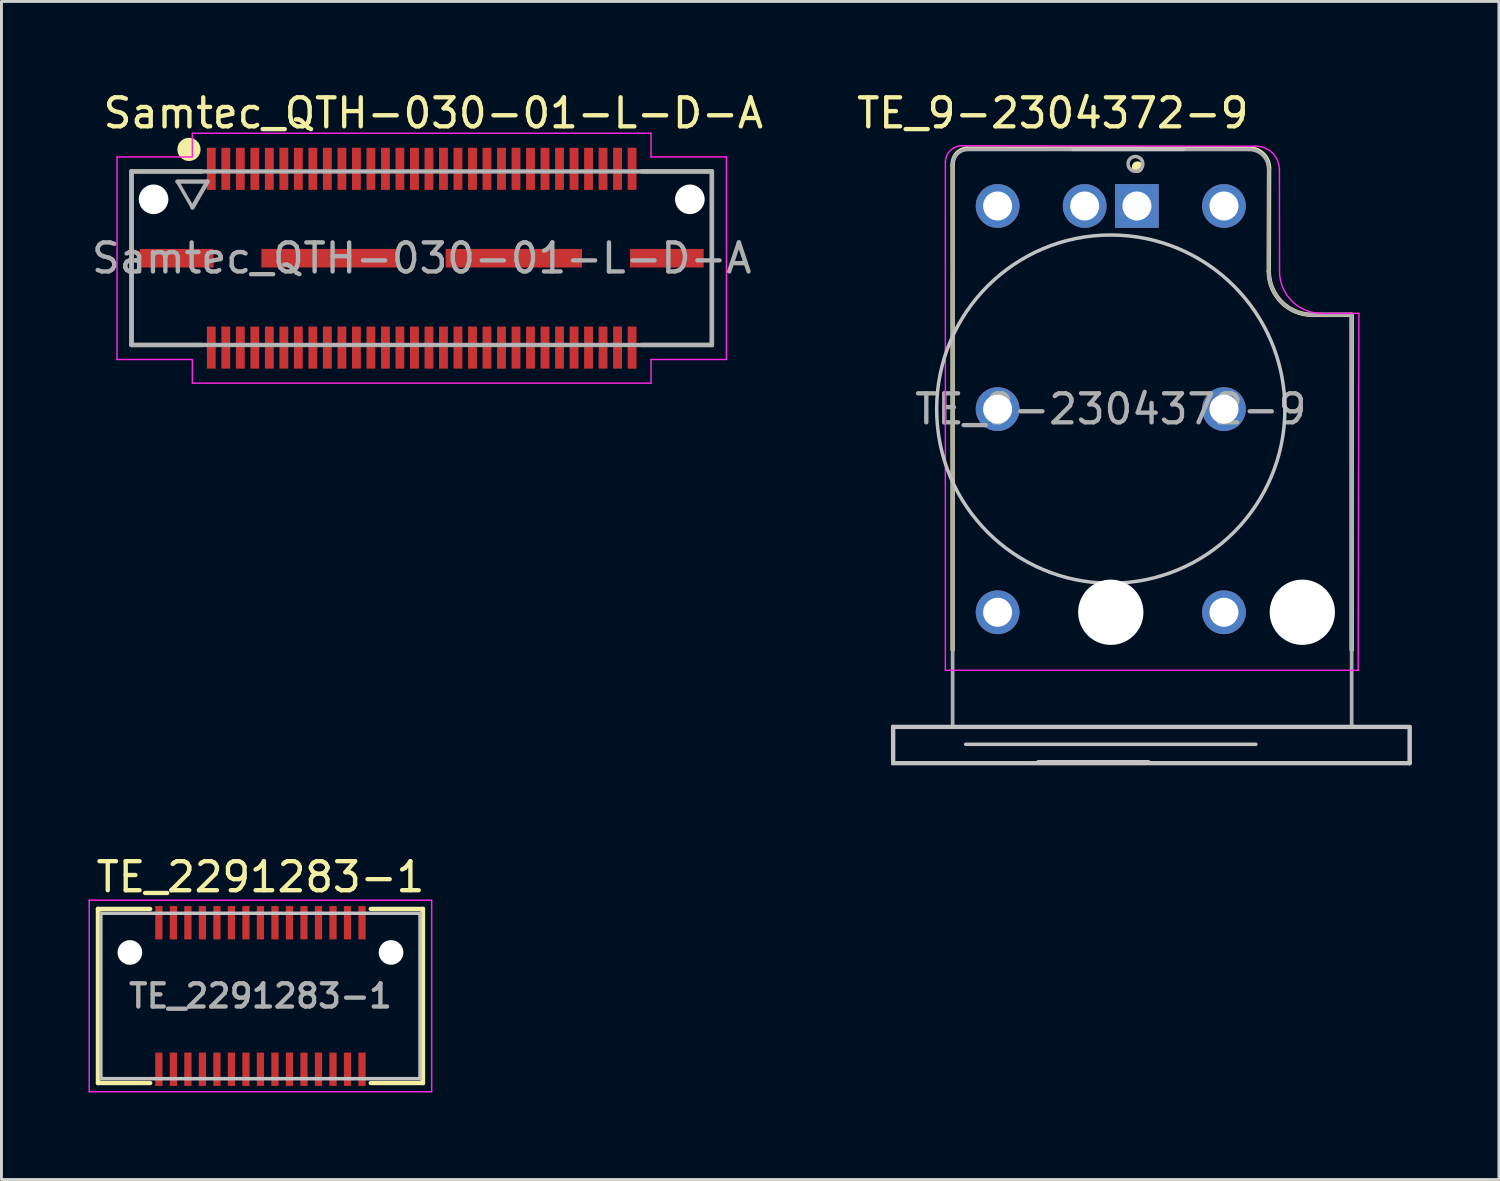
<source format=kicad_pcb>
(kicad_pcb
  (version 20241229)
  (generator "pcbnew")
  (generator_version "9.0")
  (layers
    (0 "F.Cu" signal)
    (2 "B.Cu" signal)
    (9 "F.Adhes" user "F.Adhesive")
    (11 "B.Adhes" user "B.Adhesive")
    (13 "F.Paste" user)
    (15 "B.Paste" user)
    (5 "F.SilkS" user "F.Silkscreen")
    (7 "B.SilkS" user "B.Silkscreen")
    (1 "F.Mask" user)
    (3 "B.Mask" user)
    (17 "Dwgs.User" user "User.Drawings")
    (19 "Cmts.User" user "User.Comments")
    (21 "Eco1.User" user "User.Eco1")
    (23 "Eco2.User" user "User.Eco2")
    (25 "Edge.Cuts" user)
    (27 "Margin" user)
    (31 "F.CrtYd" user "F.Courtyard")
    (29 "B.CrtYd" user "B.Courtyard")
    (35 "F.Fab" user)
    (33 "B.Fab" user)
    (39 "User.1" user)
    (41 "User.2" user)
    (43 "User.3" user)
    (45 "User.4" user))
  (footprint "TE_2291283-1"
    (layer "F.Cu")
    (at 5.925 31.271)
    (property "Reference" "TE_2291283-1" (at 0 -4.1 0) (layer "F.SilkS") (effects (font (size 1 1) (thickness 0.15))))
    (attr smd)
    (fp_line (start -5.6 -3) (end -5.6 3) (stroke (width 0.15) (type solid)) (layer "F.SilkS"))
    (fp_line (start -5.6 3) (end -3.8 3) (stroke (width 0.15) (type solid)) (layer "F.SilkS"))
    (fp_line (start -3.8 -3) (end -5.6 -3) (stroke (width 0.15) (type solid)) (layer "F.SilkS"))
    (fp_line (start 3.8 -3) (end 5.6 -3) (stroke (width 0.15) (type solid)) (layer "F.SilkS"))
    (fp_line (start 5.6 -3) (end 5.6 3) (stroke (width 0.15) (type solid)) (layer "F.SilkS"))
    (fp_line (start 5.6 3) (end 3.8 3) (stroke (width 0.15) (type solid)) (layer "F.SilkS"))
    (fp_line (start -5.5 2.85) (end -5.5 -2.85) (stroke (width 0.12) (type solid)) (layer "Dwgs.User"))
    (fp_line (start 5.5 -2.85) (end -5.5 -2.85) (stroke (width 0.12) (type solid)) (layer "Dwgs.User"))
    (fp_line (start 5.5 2.85) (end -5.5 2.85) (stroke (width 0.12) (type solid)) (layer "Dwgs.User"))
    (fp_line (start 5.5 2.85) (end 5.5 -2.85) (stroke (width 0.12) (type solid)) (layer "Dwgs.User"))
    (fp_line (start -5.9 -3.3) (end -5.9 3.3) (stroke (width 0.05) (type solid)) (layer "F.CrtYd"))
    (fp_line (start -5.9 3.3) (end 5.9 3.3) (stroke (width 0.05) (type solid)) (layer "F.CrtYd"))
    (fp_line (start 5.9 -3.3) (end -5.9 -3.3) (stroke (width 0.05) (type solid)) (layer "F.CrtYd"))
    (fp_line (start 5.9 3.3) (end 5.9 -3.3) (stroke (width 0.05) (type solid)) (layer "F.CrtYd"))
    (fp_text user "${REFERENCE}" (at 0 0 0) (layer "F.Fab") (effects (font (size 0.8 0.8) (thickness 0.15))))
    (pad "" np_thru_hole circle (at -4.5 -1.5) (size 0.85 0.85) (drill 0.85) (layers "*.Cu" "*.Mask"))
    (pad "" np_thru_hole circle (at 4.5 -1.5) (size 0.85 0.85) (drill 0.85) (layers "*.Cu" "*.Mask"))
    (pad "1" smd rect (at -3.5 2.525) (size 0.25 1.15) (layers "F.Cu" "F.Mask" "F.Paste"))
    (pad "2" smd rect (at -3.5 -2.525) (size 0.25 1.15) (layers "F.Cu" "F.Mask" "F.Paste"))
    (pad "3" smd rect (at -3 2.525) (size 0.25 1.15) (layers "F.Cu" "F.Mask" "F.Paste"))
    (pad "4" smd rect (at -3 -2.525) (size 0.25 1.15) (layers "F.Cu" "F.Mask" "F.Paste"))
    (pad "5" smd rect (at -2.5 2.525) (size 0.25 1.15) (layers "F.Cu" "F.Mask" "F.Paste"))
    (pad "6" smd rect (at -2.5 -2.525) (size 0.25 1.15) (layers "F.Cu" "F.Mask" "F.Paste"))
    (pad "7" smd rect (at -2 2.525) (size 0.25 1.15) (layers "F.Cu" "F.Mask" "F.Paste"))
    (pad "8" smd rect (at -2 -2.525) (size 0.25 1.15) (layers "F.Cu" "F.Mask" "F.Paste"))
    (pad "9" smd rect (at -1.5 2.525) (size 0.25 1.15) (layers "F.Cu" "F.Mask" "F.Paste"))
    (pad "10" smd rect (at -1.5 -2.525) (size 0.25 1.15) (layers "F.Cu" "F.Mask" "F.Paste"))
    (pad "11" smd rect (at -1 2.525) (size 0.25 1.15) (layers "F.Cu" "F.Mask" "F.Paste"))
    (pad "12" smd rect (at -1 -2.525) (size 0.25 1.15) (layers "F.Cu" "F.Mask" "F.Paste"))
    (pad "13" smd rect (at -0.5 2.525) (size 0.25 1.15) (layers "F.Cu" "F.Mask" "F.Paste"))
    (pad "14" smd rect (at -0.5 -2.525) (size 0.25 1.15) (layers "F.Cu" "F.Mask" "F.Paste"))
    (pad "15" smd rect (at 0 2.525) (size 0.25 1.15) (layers "F.Cu" "F.Mask" "F.Paste"))
    (pad "16" smd rect (at 0 -2.525) (size 0.25 1.15) (layers "F.Cu" "F.Mask" "F.Paste"))
    (pad "17" smd rect (at 0.5 2.525) (size 0.25 1.15) (layers "F.Cu" "F.Mask" "F.Paste"))
    (pad "18" smd rect (at 0.5 -2.525) (size 0.25 1.15) (layers "F.Cu" "F.Mask" "F.Paste"))
    (pad "19" smd rect (at 1 2.525) (size 0.25 1.15) (layers "F.Cu" "F.Mask" "F.Paste"))
    (pad "20" smd rect (at 1 -2.525) (size 0.25 1.15) (layers "F.Cu" "F.Mask" "F.Paste"))
    (pad "21" smd rect (at 1.5 2.525) (size 0.25 1.15) (layers "F.Cu" "F.Mask" "F.Paste"))
    (pad "22" smd rect (at 1.5 -2.525) (size 0.25 1.15) (layers "F.Cu" "F.Mask" "F.Paste"))
    (pad "23" smd rect (at 2 2.525) (size 0.25 1.15) (layers "F.Cu" "F.Mask" "F.Paste"))
    (pad "24" smd rect (at 2 -2.525) (size 0.25 1.15) (layers "F.Cu" "F.Mask" "F.Paste"))
    (pad "25" smd rect (at 2.5 2.525) (size 0.25 1.15) (layers "F.Cu" "F.Mask" "F.Paste"))
    (pad "26" smd rect (at 2.5 -2.525) (size 0.25 1.15) (layers "F.Cu" "F.Mask" "F.Paste"))
    (pad "27" smd rect (at 3 2.525) (size 0.25 1.15) (layers "F.Cu" "F.Mask" "F.Paste"))
    (pad "28" smd rect (at 3 -2.525) (size 0.25 1.15) (layers "F.Cu" "F.Mask" "F.Paste"))
    (pad "29" smd rect (at 3.5 2.525) (size 0.25 1.15) (layers "F.Cu" "F.Mask" "F.Paste"))
    (pad "30" smd rect (at 3.5 -2.525) (size 0.25 1.15) (layers "F.Cu" "F.Mask" "F.Paste")))
  (footprint "TE_9-2304372-9"
    (layer "F.Cu")
    (at 35.227 11.048)
    (property "Reference" "TE_9-2304372-9" (at -2 -10.2 0) (layer "F.SilkS") (effects (font (size 1 1) (thickness 0.15))))
    (attr smd)
    (fp_line (start -5.45 8.3) (end -5.45 -8.4) (stroke (width 0.15) (type solid)) (layer "F.SilkS"))
    (fp_line (start -4.965 -8.975) (end 4.765 -8.98) (stroke (width 0.15) (type solid)) (layer "F.SilkS"))
    (fp_line (start 5.455 -8.31) (end 5.445 -4.75) (stroke (width 0.15) (type solid)) (layer "F.SilkS"))
    (fp_line (start 6.945 -3.25) (end 8.3 -3.25) (stroke (width 0.15) (type solid)) (layer "F.SilkS"))
    (fp_line (start 8.3 -3.25) (end 8.3 8.3) (stroke (width 0.15) (type solid)) (layer "F.SilkS"))
    (fp_arc (start -5.444551 -8.400043) (mid -5.324649 -8.787504) (end -4.965 -8.975) (stroke (width 0.15) (type solid)) (layer "F.SilkS"))
    (fp_arc (start 4.765 -8.98) (mid 5.248762 -8.787904) (end 5.455 -8.31) (stroke (width 0.15) (type solid)) (layer "F.SilkS"))
    (fp_arc (start 6.945 -3.25) (mid 5.88434 -3.68934) (end 5.445 -4.75) (stroke (width 0.15) (type solid)) (layer "F.SilkS"))
    (fp_circle (center 0.921 -8.34) (end 1.021 -8.34) (stroke (width 0.2) (type solid)) (fill no) (layer "F.SilkS"))
    (fp_line (start -7.5 12.2) (end -7.5 10.95) (stroke (width 0.15) (type solid)) (layer "Dwgs.User"))
    (fp_line (start -7.5 12.2) (end 10.3 12.2) (stroke (width 0.15) (type solid)) (layer "Dwgs.User"))
    (fp_line (start -5 11.55) (end 5 11.55) (stroke (width 0.12) (type solid)) (layer "Dwgs.User"))
    (fp_line (start -2.5 12.15) (end 1.3 12.15) (stroke (width 0.12) (type solid)) (layer "Dwgs.User"))
    (fp_line (start -1.3 -8.95) (end 2.5 -8.95) (stroke (width 0.12) (type solid)) (layer "Dwgs.User"))
    (fp_line (start 10.3 10.95) (end -7.5 10.95) (stroke (width 0.15) (type solid)) (layer "Dwgs.User"))
    (fp_line (start 10.3 11) (end 10.3 12.2) (stroke (width 0.15) (type solid)) (layer "Dwgs.User"))
    (fp_circle (center 0 0) (end 6 0) (stroke (width 0.12) (type solid)) (fill no) (layer "Dwgs.User"))
    (fp_line (start -5.7 9) (end -5.7 -8.505) (stroke (width 0.05) (type solid)) (layer "F.CrtYd"))
    (fp_line (start -5.125 -9.075) (end 4.985 -9.06) (stroke (width 0.05) (type solid)) (layer "F.CrtYd"))
    (fp_line (start 5.81 -8.265) (end 5.815 -4.8) (stroke (width 0.05) (type solid)) (layer "F.CrtYd"))
    (fp_line (start 7.215 -3.3) (end 8.55 -3.3) (stroke (width 0.05) (type solid)) (layer "F.CrtYd"))
    (fp_line (start 8.525 9) (end -5.7 9) (stroke (width 0.05) (type solid)) (layer "F.CrtYd"))
    (fp_line (start 8.55 -3.3) (end 8.525 9) (stroke (width 0.05) (type solid)) (layer "F.CrtYd"))
    (fp_arc (start -5.7 -8.505) (mid -5.530551 -8.909086) (end -5.125 -9.075) (stroke (width 0.05) (type solid)) (layer "F.CrtYd"))
    (fp_arc (start 4.985 -9.06) (mid 5.56215 -8.833363) (end 5.81 -8.265) (stroke (width 0.05) (type solid)) (layer "F.CrtYd"))
    (fp_arc (start 7.215 -3.3) (mid 6.20434 -3.760051) (end 5.815 -4.8) (stroke (width 0.05) (type solid)) (layer "F.CrtYd"))
    (fp_line (start -7.5 10.95) (end -5.45 10.95) (stroke (width 0.127) (type solid)) (layer "F.Fab"))
    (fp_line (start -7.5 12.2) (end -7.5 10.95) (stroke (width 0.127) (type solid)) (layer "F.Fab"))
    (fp_line (start -5.45 10.95) (end -5.45 -4.46) (stroke (width 0.127) (type solid)) (layer "F.Fab"))
    (fp_line (start -5.445 -4.38) (end -5.45 -8.38) (stroke (width 0.127) (type solid)) (layer "F.Fab"))
    (fp_line (start -4.97 -8.95) (end 4.75 -8.95) (stroke (width 0.127) (type solid)) (layer "F.Fab"))
    (fp_line (start 5.445 -8.28) (end 5.445 -4.75) (stroke (width 0.127) (type solid)) (layer "F.Fab"))
    (fp_line (start 6.945 -3.25) (end 8.3 -3.25) (stroke (width 0.127) (type solid)) (layer "F.Fab"))
    (fp_line (start 8.3 -3.25) (end 8.3 10.95) (stroke (width 0.127) (type solid)) (layer "F.Fab"))
    (fp_line (start 8.3 10.95) (end 10.3 10.95) (stroke (width 0.127) (type solid)) (layer "F.Fab"))
    (fp_line (start 10.3 10.95) (end 10.3 12.2) (stroke (width 0.127) (type solid)) (layer "F.Fab"))
    (fp_line (start 10.3 12.2) (end -7.5 12.2) (stroke (width 0.127) (type solid)) (layer "F.Fab"))
    (fp_arc (start -5.45 -8.38) (mid -5.328051 -8.764411) (end -4.97 -8.95) (stroke (width 0.127) (type solid)) (layer "F.Fab"))
    (fp_arc (start 4.755 -8.95) (mid 5.238762 -8.757904) (end 5.445 -8.28) (stroke (width 0.127) (type solid)) (layer "F.Fab"))
    (fp_arc (start 6.945 -3.25) (mid 5.88434 -3.68934) (end 5.445 -4.75) (stroke (width 0.127) (type solid)) (layer "F.Fab"))
    (fp_circle (center 0.85 -8.45) (end 1.1 -8.4) (stroke (width 0.12) (type solid)) (fill no) (layer "F.Fab"))
    (fp_text user "${REFERENCE}" (at 0 0 0) (layer "F.Fab") (effects (font (size 1 1) (thickness 0.15))))
    (pad "" np_thru_hole circle (at 0 7) (size 2.25 2.25) (drill 2.25) (layers "*.Cu" "*.Mask"))
    (pad "" np_thru_hole circle (at 6.6 7) (size 2.25 2.25) (drill 2.25) (layers "*.Cu" "*.Mask"))
    (pad "1" thru_hole rect (at 0.9 -7) (size 1.508 1.508) (drill 1) (layers "*.Cu" "*.Mask" "F.Paste"))
    (pad "2" thru_hole circle (at -0.9 -7) (size 1.508 1.508) (drill 1) (layers "*.Cu" "*.Mask" "F.Paste"))
    (pad "S1" thru_hole circle (at -3.9 -7) (size 1.508 1.508) (drill 1) (layers "*.Cu" "*.Mask" "F.Paste"))
    (pad "S2" thru_hole circle (at 3.9 -7) (size 1.508 1.508) (drill 1) (layers "*.Cu" "*.Mask" "F.Paste"))
    (pad "S3" thru_hole circle (at -3.9 0) (size 1.508 1.508) (drill 1) (layers "*.Cu" "*.Mask" "F.Paste"))
    (pad "S4" thru_hole circle (at 3.9 0) (size 1.508 1.508) (drill 1) (layers "*.Cu" "*.Mask" "F.Paste"))
    (pad "S5" thru_hole circle (at -3.9 7) (size 1.508 1.508) (drill 1) (layers "*.Cu" "*.Mask" "F.Paste"))
    (pad "S6" thru_hole circle (at 3.9 7) (size 1.508 1.508) (drill 1) (layers "*.Cu" "*.Mask" "F.Paste")))
  (footprint "Samtec_QTH-030-01-L-D-A"
    (layer "F.Cu")
    (at 11.482 5.848)
    (property "Reference" "Samtec_QTH-030-01-L-D-A" (at 0 0 0) (layer "F.Fab") (effects (font (size 1 1) (thickness 0.15))))
    (attr through_hole)
    (fp_line (start -10 -2.99) (end -7.583 -2.99) (stroke (width 0.15) (type solid)) (layer "F.SilkS"))
    (fp_line (start -10 2.99) (end -10 -2.99) (stroke (width 0.15) (type solid)) (layer "F.SilkS"))
    (fp_line (start -7.583 2.99) (end -10 2.99) (stroke (width 0.15) (type solid)) (layer "F.SilkS"))
    (fp_line (start 7.582 -2.99) (end 10 -2.99) (stroke (width 0.15) (type solid)) (layer "F.SilkS"))
    (fp_line (start 10 -2.99) (end 10 2.99) (stroke (width 0.15) (type solid)) (layer "F.SilkS"))
    (fp_line (start 10 2.99) (end 7.582 2.99) (stroke (width 0.15) (type solid)) (layer "F.SilkS"))
    (fp_circle (center -8.02 -3.75) (end -8.02 -3.55) (stroke (width 0.4) (type solid)) (fill no) (layer "F.SilkS"))
    (fp_line (start -10 -2.985) (end 10 -2.985) (stroke (width 0.025) (type solid)) (layer "Dwgs.User"))
    (fp_line (start -10 2.985) (end -10 -2.985) (stroke (width 0.025) (type solid)) (layer "Dwgs.User"))
    (fp_line (start 10 -2.985) (end 10 2.985) (stroke (width 0.025) (type solid)) (layer "Dwgs.User"))
    (fp_line (start 10 2.985) (end -10 2.985) (stroke (width 0.025) (type solid)) (layer "Dwgs.User"))
    (fp_line (start -10.5 -3.49) (end -10.5 3.49) (stroke (width 0.05) (type solid)) (layer "F.CrtYd"))
    (fp_line (start -10.5 3.49) (end -7.904 3.49) (stroke (width 0.05) (type solid)) (layer "F.CrtYd"))
    (fp_line (start -7.904 -4.305) (end -7.904 -3.49) (stroke (width 0.05) (type solid)) (layer "F.CrtYd"))
    (fp_line (start -7.904 -3.49) (end -10.5 -3.49) (stroke (width 0.05) (type solid)) (layer "F.CrtYd"))
    (fp_line (start -7.904 3.49) (end -7.904 4.305) (stroke (width 0.05) (type solid)) (layer "F.CrtYd"))
    (fp_line (start -7.904 4.305) (end 7.902 4.305) (stroke (width 0.05) (type solid)) (layer "F.CrtYd"))
    (fp_line (start 7.902 -4.305) (end -7.904 -4.305) (stroke (width 0.05) (type solid)) (layer "F.CrtYd"))
    (fp_line (start 7.902 -3.49) (end 7.902 -4.305) (stroke (width 0.05) (type solid)) (layer "F.CrtYd"))
    (fp_line (start 7.902 3.49) (end 10.5 3.49) (stroke (width 0.05) (type solid)) (layer "F.CrtYd"))
    (fp_line (start 7.902 4.305) (end 7.902 3.49) (stroke (width 0.05) (type solid)) (layer "F.CrtYd"))
    (fp_line (start 10.5 -3.49) (end 7.902 -3.49) (stroke (width 0.05) (type solid)) (layer "F.CrtYd"))
    (fp_line (start 10.5 3.49) (end 10.5 -3.49) (stroke (width 0.05) (type solid)) (layer "F.CrtYd"))
    (fp_line (start -10 -2.99) (end 10 -2.99) (stroke (width 0.15) (type solid)) (layer "F.Fab"))
    (fp_line (start -10 2.99) (end -10 -2.99) (stroke (width 0.15) (type solid)) (layer "F.Fab"))
    (fp_line (start -8.418 -2.641) (end -7.9 -1.745) (stroke (width 0.12) (type solid)) (layer "F.Fab"))
    (fp_line (start -7.9 -1.745) (end -7.383 -2.641) (stroke (width 0.15) (type solid)) (layer "F.Fab"))
    (fp_line (start -7.383 -2.641) (end -8.418 -2.641) (stroke (width 0.15) (type solid)) (layer "F.Fab"))
    (fp_line (start 10 -2.99) (end 10 2.99) (stroke (width 0.15) (type solid)) (layer "F.Fab"))
    (fp_line (start 10 2.99) (end -10 2.99) (stroke (width 0.15) (type solid)) (layer "F.Fab"))
    (fp_text user "${REFERENCE}" (at 0.4 -5 0) (layer "F.SilkS") (effects (font (size 1 1) (thickness 0.15))))
    (pad "" np_thru_hole circle (at -9.24 -2.03) (size 1.02 1.02) (drill 1.02) (layers "*.Cu" "*.Mask"))
    (pad "" np_thru_hole circle (at 9.24 -2.03) (size 1.02 1.02) (drill 1.02) (layers "*.Cu" "*.Mask"))
    (pad "1" smd rect (at -7.251 -3.08) (size 0.305 1.45) (layers "F.Cu" "F.Mask" "F.Paste"))
    (pad "2" smd rect (at -7.251 3.08) (size 0.305 1.45) (layers "F.Cu" "F.Mask" "F.Paste"))
    (pad "3" smd rect (at -6.751 -3.08) (size 0.305 1.45) (layers "F.Cu" "F.Mask" "F.Paste"))
    (pad "4" smd rect (at -6.751 3.08) (size 0.305 1.45) (layers "F.Cu" "F.Mask" "F.Paste"))
    (pad "5" smd rect (at -6.251 -3.08) (size 0.305 1.45) (layers "F.Cu" "F.Mask" "F.Paste"))
    (pad "6" smd rect (at -6.251 3.08) (size 0.305 1.45) (layers "F.Cu" "F.Mask" "F.Paste"))
    (pad "7" smd rect (at -5.751 -3.08) (size 0.305 1.45) (layers "F.Cu" "F.Mask" "F.Paste"))
    (pad "8" smd rect (at -5.751 3.08) (size 0.305 1.45) (layers "F.Cu" "F.Mask" "F.Paste"))
    (pad "9" smd rect (at -5.251 -3.08) (size 0.305 1.45) (layers "F.Cu" "F.Mask" "F.Paste"))
    (pad "10" smd rect (at -5.251 3.08) (size 0.305 1.45) (layers "F.Cu" "F.Mask" "F.Paste"))
    (pad "11" smd rect (at -4.751 -3.08) (size 0.305 1.45) (layers "F.Cu" "F.Mask" "F.Paste"))
    (pad "12" smd rect (at -4.751 3.08) (size 0.305 1.45) (layers "F.Cu" "F.Mask" "F.Paste"))
    (pad "13" smd rect (at -4.251 -3.08) (size 0.305 1.45) (layers "F.Cu" "F.Mask" "F.Paste"))
    (pad "14" smd rect (at -4.251 3.08) (size 0.305 1.45) (layers "F.Cu" "F.Mask" "F.Paste"))
    (pad "15" smd rect (at -3.751 -3.08) (size 0.305 1.45) (layers "F.Cu" "F.Mask" "F.Paste"))
    (pad "16" smd rect (at -3.751 3.08) (size 0.305 1.45) (layers "F.Cu" "F.Mask" "F.Paste"))
    (pad "17" smd rect (at -3.251 -3.08) (size 0.305 1.45) (layers "F.Cu" "F.Mask" "F.Paste"))
    (pad "18" smd rect (at -3.251 3.08) (size 0.305 1.45) (layers "F.Cu" "F.Mask" "F.Paste"))
    (pad "19" smd rect (at -2.751 -3.08) (size 0.305 1.45) (layers "F.Cu" "F.Mask" "F.Paste"))
    (pad "20" smd rect (at -2.751 3.08) (size 0.305 1.45) (layers "F.Cu" "F.Mask" "F.Paste"))
    (pad "21" smd rect (at -2.251 -3.08) (size 0.305 1.45) (layers "F.Cu" "F.Mask" "F.Paste"))
    (pad "22" smd rect (at -2.251 3.08) (size 0.305 1.45) (layers "F.Cu" "F.Mask" "F.Paste"))
    (pad "23" smd rect (at -1.751 -3.08) (size 0.305 1.45) (layers "F.Cu" "F.Mask" "F.Paste"))
    (pad "24" smd rect (at -1.751 3.08) (size 0.305 1.45) (layers "F.Cu" "F.Mask" "F.Paste"))
    (pad "25" smd rect (at -1.251 -3.08) (size 0.305 1.45) (layers "F.Cu" "F.Mask" "F.Paste"))
    (pad "26" smd rect (at -1.251 3.08) (size 0.305 1.45) (layers "F.Cu" "F.Mask" "F.Paste"))
    (pad "27" smd rect (at -0.751 -3.08) (size 0.305 1.45) (layers "F.Cu" "F.Mask" "F.Paste"))
    (pad "28" smd rect (at -0.751 3.08) (size 0.305 1.45) (layers "F.Cu" "F.Mask" "F.Paste"))
    (pad "29" smd rect (at -0.251 -3.08) (size 0.305 1.45) (layers "F.Cu" "F.Mask" "F.Paste"))
    (pad "30" smd rect (at -0.251 3.08) (size 0.305 1.45) (layers "F.Cu" "F.Mask" "F.Paste"))
    (pad "31" smd rect (at 0.249 -3.08) (size 0.305 1.45) (layers "F.Cu" "F.Mask" "F.Paste"))
    (pad "32" smd rect (at 0.249 3.08) (size 0.305 1.45) (layers "F.Cu" "F.Mask" "F.Paste"))
    (pad "33" smd rect (at 0.749 -3.08) (size 0.305 1.45) (layers "F.Cu" "F.Mask" "F.Paste"))
    (pad "34" smd rect (at 0.749 3.08) (size 0.305 1.45) (layers "F.Cu" "F.Mask" "F.Paste"))
    (pad "35" smd rect (at 1.249 -3.08) (size 0.305 1.45) (layers "F.Cu" "F.Mask" "F.Paste"))
    (pad "36" smd rect (at 1.249 3.08) (size 0.305 1.45) (layers "F.Cu" "F.Mask" "F.Paste"))
    (pad "37" smd rect (at 1.749 -3.08) (size 0.305 1.45) (layers "F.Cu" "F.Mask" "F.Paste"))
    (pad "38" smd rect (at 1.749 3.08) (size 0.305 1.45) (layers "F.Cu" "F.Mask" "F.Paste"))
    (pad "39" smd rect (at 2.249 -3.08) (size 0.305 1.45) (layers "F.Cu" "F.Mask" "F.Paste"))
    (pad "40" smd rect (at 2.249 3.08) (size 0.305 1.45) (layers "F.Cu" "F.Mask" "F.Paste"))
    (pad "41" smd rect (at 2.749 -3.08) (size 0.305 1.45) (layers "F.Cu" "F.Mask" "F.Paste"))
    (pad "42" smd rect (at 2.749 3.08) (size 0.305 1.45) (layers "F.Cu" "F.Mask" "F.Paste"))
    (pad "43" smd rect (at 3.249 -3.08) (size 0.305 1.45) (layers "F.Cu" "F.Mask" "F.Paste"))
    (pad "44" smd rect (at 3.249 3.08) (size 0.305 1.45) (layers "F.Cu" "F.Mask" "F.Paste"))
    (pad "45" smd rect (at 3.749 -3.08) (size 0.305 1.45) (layers "F.Cu" "F.Mask" "F.Paste"))
    (pad "46" smd rect (at 3.749 3.08) (size 0.305 1.45) (layers "F.Cu" "F.Mask" "F.Paste"))
    (pad "47" smd rect (at 4.249 -3.08) (size 0.305 1.45) (layers "F.Cu" "F.Mask" "F.Paste"))
    (pad "48" smd rect (at 4.249 3.08) (size 0.305 1.45) (layers "F.Cu" "F.Mask" "F.Paste"))
    (pad "49" smd rect (at 4.749 -3.08) (size 0.305 1.45) (layers "F.Cu" "F.Mask" "F.Paste"))
    (pad "50" smd rect (at 4.749 3.08) (size 0.305 1.45) (layers "F.Cu" "F.Mask" "F.Paste"))
    (pad "51" smd rect (at 5.249 -3.08) (size 0.305 1.45) (layers "F.Cu" "F.Mask" "F.Paste"))
    (pad "52" smd rect (at 5.249 3.08) (size 0.305 1.45) (layers "F.Cu" "F.Mask" "F.Paste"))
    (pad "53" smd rect (at 5.749 -3.08) (size 0.305 1.45) (layers "F.Cu" "F.Mask" "F.Paste"))
    (pad "54" smd rect (at 5.749 3.08) (size 0.305 1.45) (layers "F.Cu" "F.Mask" "F.Paste"))
    (pad "55" smd rect (at 6.249 -3.08) (size 0.305 1.45) (layers "F.Cu" "F.Mask" "F.Paste"))
    (pad "56" smd rect (at 6.249 3.08) (size 0.305 1.45) (layers "F.Cu" "F.Mask" "F.Paste"))
    (pad "57" smd rect (at 6.749 -3.08) (size 0.305 1.45) (layers "F.Cu" "F.Mask" "F.Paste"))
    (pad "58" smd rect (at 6.749 3.08) (size 0.305 1.45) (layers "F.Cu" "F.Mask" "F.Paste"))
    (pad "59" smd rect (at 7.249 -3.08) (size 0.305 1.45) (layers "F.Cu" "F.Mask" "F.Paste"))
    (pad "60" smd rect (at 7.249 3.08) (size 0.305 1.45) (layers "F.Cu" "F.Mask" "F.Paste"))
    (pad "G1" smd rect (at -8.445 0) (size 2.54 0.64) (layers "F.Cu" "F.Mask" "F.Paste"))
    (pad "G2" smd rect (at -3.175 0) (size 4.7 0.64) (layers "F.Cu" "F.Mask" "F.Paste"))
    (pad "G3" smd rect (at 3.175 0) (size 4.7 0.64) (layers "F.Cu" "F.Mask" "F.Paste"))
    (pad "G4" smd rect (at 8.445 0) (size 2.54 0.64) (layers "F.Cu" "F.Mask" "F.Paste")))
  (gr_rect
    (start -3 -3)
    (end 48.602 37.596)
    (stroke (width 0.1) (type default))
    (fill no)
    (layer "Edge.Cuts")))
</source>
